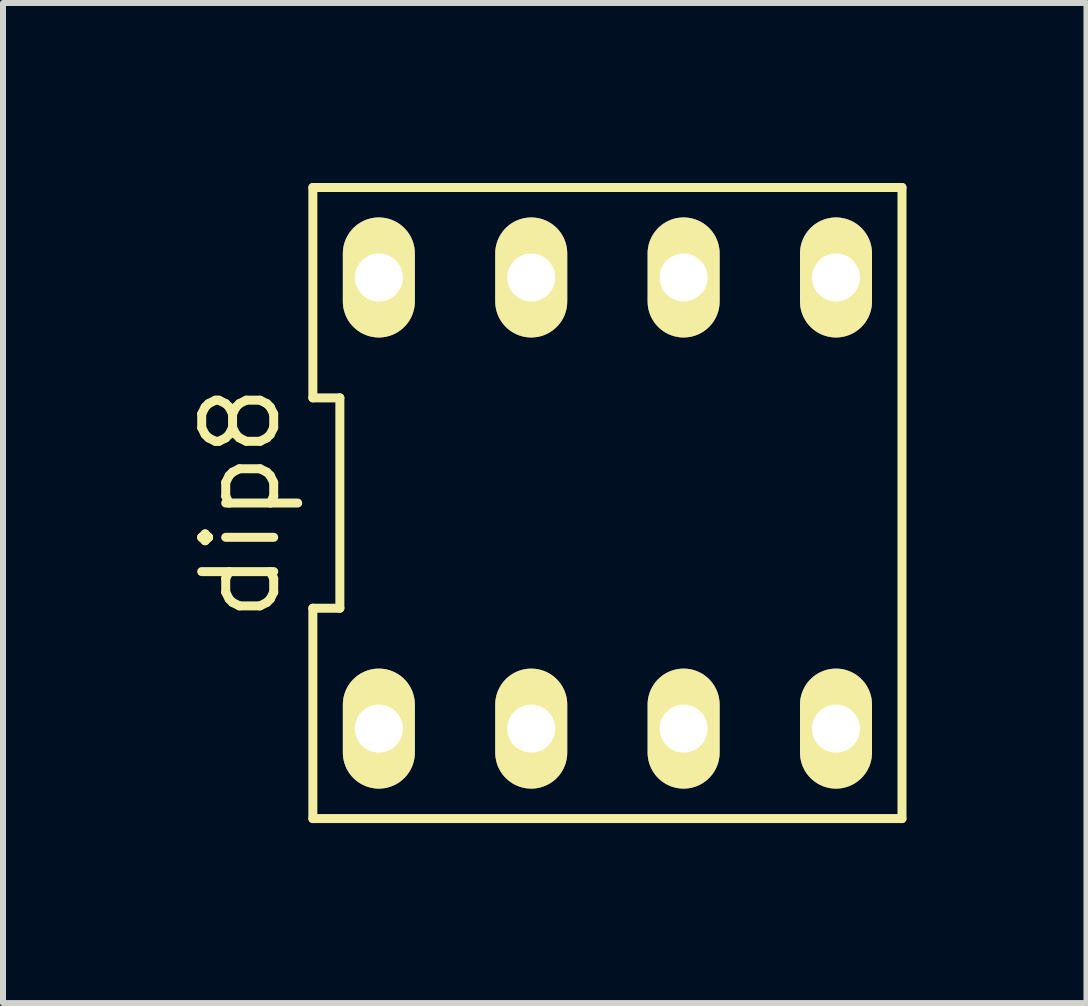
<source format=kicad_pcb>
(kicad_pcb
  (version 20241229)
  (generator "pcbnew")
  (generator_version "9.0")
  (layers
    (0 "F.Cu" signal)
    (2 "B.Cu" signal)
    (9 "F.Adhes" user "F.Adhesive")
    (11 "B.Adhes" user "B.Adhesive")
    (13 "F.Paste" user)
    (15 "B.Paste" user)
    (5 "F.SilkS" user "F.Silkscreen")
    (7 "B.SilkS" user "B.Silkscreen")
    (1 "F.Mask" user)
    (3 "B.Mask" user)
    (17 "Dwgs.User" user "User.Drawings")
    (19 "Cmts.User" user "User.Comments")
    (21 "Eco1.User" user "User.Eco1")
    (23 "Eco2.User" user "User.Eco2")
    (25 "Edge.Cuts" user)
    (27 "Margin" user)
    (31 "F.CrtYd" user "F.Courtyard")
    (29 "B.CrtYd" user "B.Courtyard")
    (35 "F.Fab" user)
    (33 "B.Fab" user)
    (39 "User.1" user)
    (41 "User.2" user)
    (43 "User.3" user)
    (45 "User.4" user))
  (footprint "dip8"
    (layer "F.Cu")
    (at 7.075 5.335)
    (property "Reference" "dip8" (at -6.11 0 90) (layer "F.SilkS") (effects (font (size 1.2 1.2) (thickness 0.15))))
    (attr through_hole)
    (fp_line (start -4.91 -5.26) (end -4.91 -1.753) (stroke (width 0.15) (type solid)) (layer "F.SilkS"))
    (fp_line (start -4.91 -1.753) (end -4.46 -1.753) (stroke (width 0.15) (type solid)) (layer "F.SilkS"))
    (fp_line (start -4.91 1.753) (end -4.91 5.26) (stroke (width 0.15) (type solid)) (layer "F.SilkS"))
    (fp_line (start -4.91 5.26) (end 4.91 5.26) (stroke (width 0.15) (type solid)) (layer "F.SilkS"))
    (fp_line (start -4.46 -1.753) (end -4.46 1.753) (stroke (width 0.15) (type solid)) (layer "F.SilkS"))
    (fp_line (start -4.46 1.753) (end -4.91 1.753) (stroke (width 0.15) (type solid)) (layer "F.SilkS"))
    (fp_line (start 4.91 -5.26) (end -4.91 -5.26) (stroke (width 0.15) (type solid)) (layer "F.SilkS"))
    (fp_line (start 4.91 5.26) (end 4.91 -5.26) (stroke (width 0.15) (type solid)) (layer "F.SilkS"))
    (pad "1" thru_hole oval (at -3.81 3.76) (size 1.2 2) (drill 0.8) (layers "*.Cu" "*.Mask" "F.SilkS"))
    (pad "2" thru_hole oval (at -1.27 3.76) (size 1.2 2) (drill 0.8) (layers "*.Cu" "*.Mask" "F.SilkS"))
    (pad "3" thru_hole oval (at 1.27 3.76) (size 1.2 2) (drill 0.8) (layers "*.Cu" "*.Mask" "F.SilkS"))
    (pad "4" thru_hole oval (at 3.81 3.76) (size 1.2 2) (drill 0.8) (layers "*.Cu" "*.Mask" "F.SilkS"))
    (pad "5" thru_hole oval (at 3.81 -3.76) (size 1.2 2) (drill 0.8) (layers "*.Cu" "*.Mask" "F.SilkS"))
    (pad "6" thru_hole oval (at 1.27 -3.76) (size 1.2 2) (drill 0.8) (layers "*.Cu" "*.Mask" "F.SilkS"))
    (pad "7" thru_hole oval (at -1.27 -3.76) (size 1.2 2) (drill 0.8) (layers "*.Cu" "*.Mask" "F.SilkS"))
    (pad "8" thru_hole oval (at -3.81 -3.76) (size 1.2 2) (drill 0.8) (layers "*.Cu" "*.Mask" "F.SilkS")))
  (gr_rect
    (start -3 -3)
    (end 15.06 13.67)
    (stroke (width 0.1) (type default))
    (fill no)
    (layer "Edge.Cuts")))
</source>
